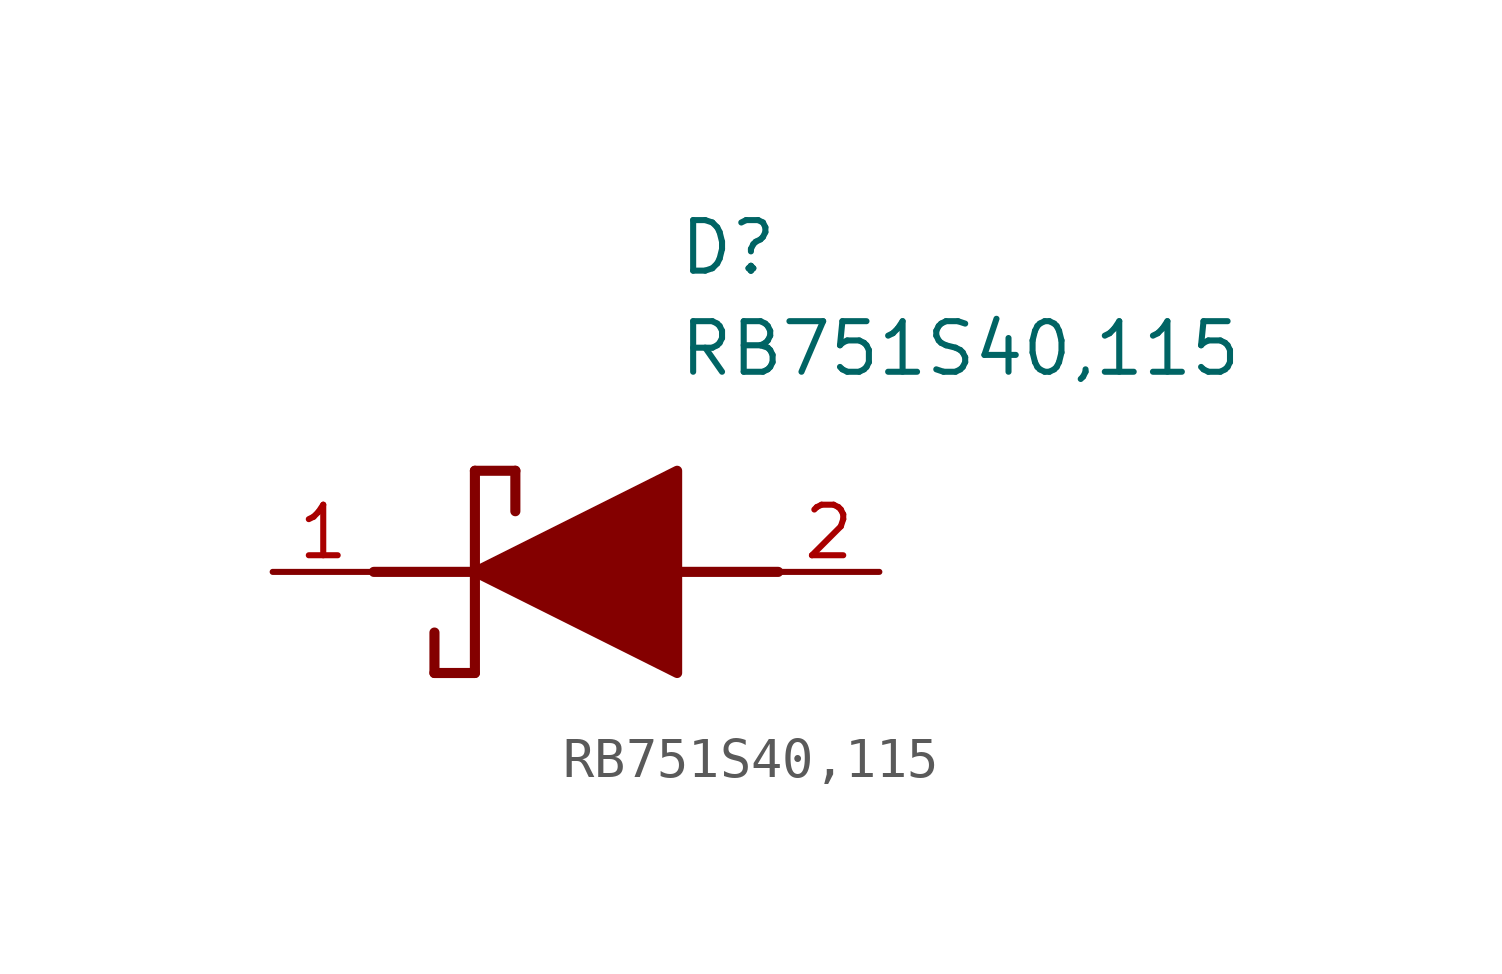
<source format=kicad_sym>
(kicad_symbol_lib
  (version 20241209)
  (generator "kicad_symbol_editor")
  (generator_version "9.0")
  (symbol "RB751S40,115"
    (pin_names
      (hide yes))
    (property "Reference" "D"
      (at 12.7 8.89 0)
      (effects (font (size 1.27 1.27)) (justify left top)))
    (property "Value" "RB751S40,115"
      (at 12.7 6.35 0)
      (effects (font (size 1.27 1.27)) (justify left top)))
    (symbol "RB751S40,115_1_1"
      (polyline (pts (xy 5.08 0) (xy 7.62 0)) (stroke (width 0.254) (type default)) (fill (type none)))
      (polyline (pts (xy 6.604 -1.524) (xy 6.604 -2.54)) (stroke (width 0.254) (type default)) (fill (type none)))
      (polyline (pts (xy 7.62 2.54) (xy 7.62 -2.54)) (stroke (width 0.254) (type default)) (fill (type none)))
      (polyline (pts (xy 7.62 2.54) (xy 8.636 2.54)) (stroke (width 0.254) (type default)) (fill (type none)))
      (polyline (pts (xy 7.62 0) (xy 12.7 2.54) (xy 12.7 -2.54) (xy 7.62 0)) (stroke (width 0.254) (type default)) (fill (type outline)))
      (polyline (pts (xy 7.62 -2.54) (xy 6.604 -2.54)) (stroke (width 0.254) (type default)) (fill (type none)))
      (polyline (pts (xy 8.636 1.524) (xy 8.636 2.54)) (stroke (width 0.254) (type default)) (fill (type none)))
      (polyline (pts (xy 12.7 0) (xy 15.24 0)) (stroke (width 0.254) (type default)) (fill (type none)))
      (pin passive line (at 2.54 0 0) (length 2.54) (name "K" (effects (font (size 1.27 1.27)))) (number "1" (effects (font (size 1.27 1.27)))))
      (pin passive line (at 17.78 0 180) (length 2.54) (name "A" (effects (font (size 1.27 1.27)))) (number "2" (effects (font (size 1.27 1.27))))))))
</source>
